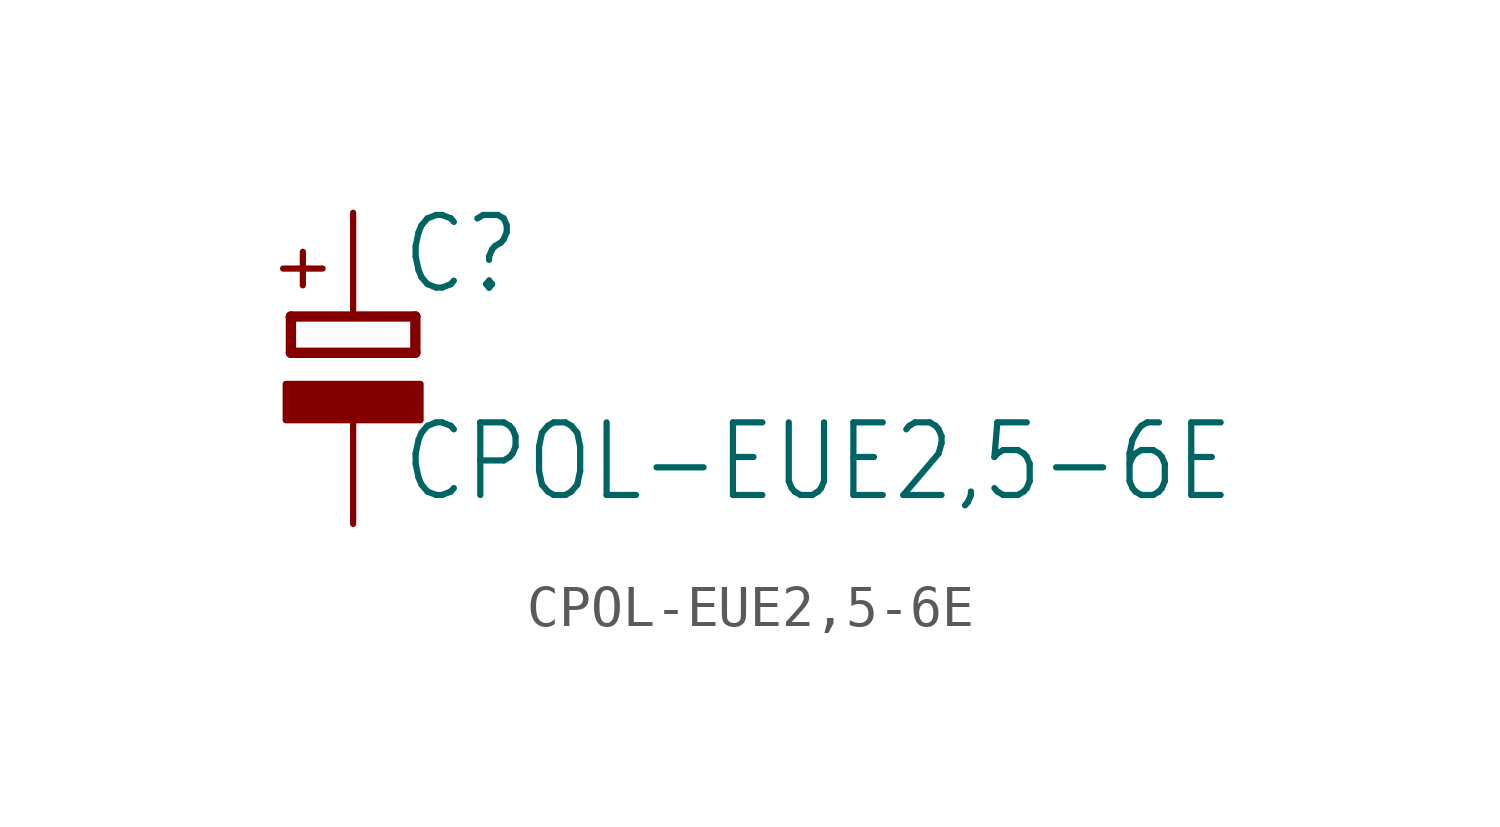
<source format=kicad_sym>
(kicad_symbol_lib
  (version 20220914)
  (generator kicad_symbol_editor)
  (symbol "CPOL-EUE2,5-6E"
    (property "Reference" "C"
      (at 1.143 0.483 0)
      (effects (font (size 1.778 1.511)) (justify left bottom)))
    (property "Value" "CPOL-EUE2,5-6E"
      (at 1.143 -4.597 0)
      (effects (font (size 1.778 1.511)) (justify left bottom)))
    (property "ki_locked" ""
      (at 0 0 0)
      (effects (font (size 1.27 1.27))))
    (symbol "CPOL-EUE2,5-6E_1_0"
      (rectangle (start -1.651 -2.54) (end 1.651 -1.651) (stroke (width 0) (type default)) (fill (type outline)))
      (polyline (pts (xy -1.524 -0.889) (xy 1.524 -0.889)) (stroke (width 0.254) (type default)) (fill (type none)))
      (polyline (pts (xy -1.524 0) (xy -1.524 -0.889)) (stroke (width 0.254) (type default)) (fill (type none)))
      (polyline (pts (xy -1.524 0) (xy 1.524 0)) (stroke (width 0.254) (type default)) (fill (type none)))
      (polyline (pts (xy 1.524 -0.889) (xy 1.524 0)) (stroke (width 0.254) (type default)) (fill (type none)))
      (text "+" (at -0.584 0.406 900) (effects (font (size 1.27 1.079)) (justify left bottom)))
      (pin passive line (at 0 2.54 270) (length 2.54) (name "+" (effects (font (size 0 0)))) (number "+" (effects (font (size 0 0)))))
      (pin passive line (at 0 -5.08 90) (length 2.54) (name "-" (effects (font (size 0 0)))) (number "-" (effects (font (size 0 0))))))))
</source>
